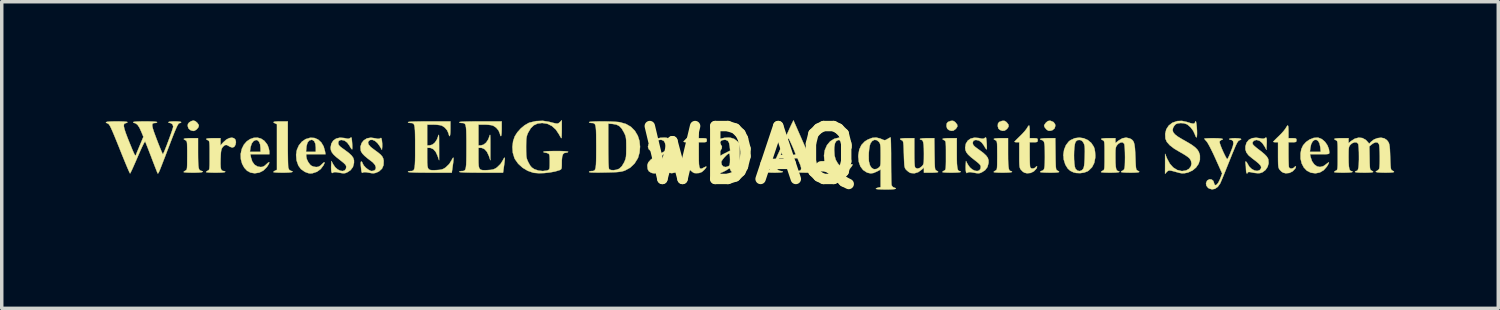
<source format=kicad_pcb>
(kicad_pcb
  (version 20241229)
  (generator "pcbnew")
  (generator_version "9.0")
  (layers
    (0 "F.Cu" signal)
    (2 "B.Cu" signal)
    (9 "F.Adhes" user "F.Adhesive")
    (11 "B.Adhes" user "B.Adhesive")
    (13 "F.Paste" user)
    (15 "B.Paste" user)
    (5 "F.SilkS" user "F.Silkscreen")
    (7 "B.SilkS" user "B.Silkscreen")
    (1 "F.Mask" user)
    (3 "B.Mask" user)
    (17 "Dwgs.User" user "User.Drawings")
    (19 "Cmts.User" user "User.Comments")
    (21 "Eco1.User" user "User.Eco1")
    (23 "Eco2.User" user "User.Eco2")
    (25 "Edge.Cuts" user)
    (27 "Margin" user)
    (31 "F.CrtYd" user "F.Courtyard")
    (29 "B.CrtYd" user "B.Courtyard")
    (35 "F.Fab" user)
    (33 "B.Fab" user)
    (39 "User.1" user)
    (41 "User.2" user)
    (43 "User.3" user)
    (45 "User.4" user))
  (footprint "WDAQ"
    (layer "F.Cu")
    (at 18.544 1.418)
    (property "Reference" "WDAQ" (at 0 0 0) (layer "F.SilkS") (effects (font (size 1.524 1.524) (thickness 0.3))))
    (attr through_hole)
    (fp_poly (pts (xy -15.963 -0.975) (xy -15.91 -0.93) (xy -15.872 -0.876) (xy -15.863 -0.843) (xy -15.883 -0.79) (xy -15.929 -0.737) (xy -15.986 -0.701) (xy -16.022 -0.694) (xy -16.072 -0.705) (xy -16.112 -0.721) (xy -16.163 -0.769) (xy -16.184 -0.839) (xy -16.177 -0.895) (xy -16.144 -0.938) (xy -16.086 -0.975) (xy -16.023 -0.993) (xy -16.016 -0.993) (xy -15.963 -0.975)) (stroke (width 0.01) (type solid)) (fill yes) (layer "F.SilkS"))
    (fp_poly (pts (xy 5.923 -0.959) (xy 5.944 -0.939) (xy 5.992 -0.877) (xy 5.998 -0.822) (xy 5.961 -0.764) (xy 5.947 -0.749) (xy 5.883 -0.703) (xy 5.817 -0.698) (xy 5.75 -0.722) (xy 5.705 -0.761) (xy 5.686 -0.826) (xy 5.685 -0.834) (xy 5.69 -0.906) (xy 5.725 -0.952) (xy 5.798 -0.98) (xy 5.814 -0.984) (xy 5.873 -0.986) (xy 5.923 -0.959)) (stroke (width 0.01) (type solid)) (fill yes) (layer "F.SilkS"))
    (fp_poly (pts (xy 7.4 -0.959) (xy 7.422 -0.939) (xy 7.47 -0.877) (xy 7.475 -0.822) (xy 7.438 -0.764) (xy 7.425 -0.749) (xy 7.361 -0.703) (xy 7.294 -0.698) (xy 7.227 -0.722) (xy 7.182 -0.761) (xy 7.164 -0.826) (xy 7.163 -0.834) (xy 7.168 -0.906) (xy 7.203 -0.952) (xy 7.275 -0.98) (xy 7.292 -0.984) (xy 7.351 -0.986) (xy 7.4 -0.959)) (stroke (width 0.01) (type solid)) (fill yes) (layer "F.SilkS"))
    (fp_poly (pts (xy 8.689 -0.984) (xy 8.769 -0.95) (xy 8.813 -0.89) (xy 8.821 -0.843) (xy 8.8 -0.769) (xy 8.742 -0.719) (xy 8.689 -0.702) (xy 8.629 -0.699) (xy 8.58 -0.725) (xy 8.557 -0.747) (xy 8.517 -0.796) (xy 8.498 -0.839) (xy 8.497 -0.843) (xy 8.513 -0.883) (xy 8.55 -0.932) (xy 8.557 -0.939) (xy 8.608 -0.979) (xy 8.661 -0.988) (xy 8.689 -0.984)) (stroke (width 0.01) (type solid)) (fill yes) (layer "F.SilkS"))
    (fp_poly (pts (xy -13.3 -0.338) (xy -13.3 -0.168) (xy -13.298 -0.009) (xy -13.296 0.13) (xy -13.293 0.244) (xy -13.29 0.325) (xy -13.286 0.367) (xy -13.286 0.367) (xy -13.259 0.428) (xy -13.217 0.453) (xy -13.167 0.47) (xy -13.162 0.484) (xy -13.199 0.496) (xy -13.276 0.504) (xy -13.39 0.508) (xy -13.439 0.508) (xy -13.546 0.507) (xy -13.634 0.503) (xy -13.693 0.497) (xy -13.716 0.491) (xy -13.716 0.49) (xy -13.697 0.469) (xy -13.664 0.45) (xy -13.612 0.427) (xy -13.612 -0.889) (xy -13.664 -0.912) (xy -13.706 -0.935) (xy -13.709 -0.952) (xy -13.67 -0.963) (xy -13.587 -0.969) (xy -13.508 -0.97) (xy -13.3 -0.97) (xy -13.3 -0.338)) (stroke (width 0.01) (type solid)) (fill yes) (layer "F.SilkS"))
    (fp_poly (pts (xy 5.981 -0.056) (xy 5.982 0.115) (xy 5.985 0.246) (xy 5.993 0.34) (xy 6.005 0.404) (xy 6.021 0.442) (xy 6.044 0.459) (xy 6.062 0.462) (xy 6.092 0.475) (xy 6.096 0.485) (xy 6.074 0.495) (xy 6.011 0.503) (xy 5.914 0.507) (xy 5.83 0.508) (xy 5.726 0.507) (xy 5.641 0.503) (xy 5.584 0.497) (xy 5.565 0.49) (xy 5.583 0.469) (xy 5.617 0.45) (xy 5.635 0.44) (xy 5.649 0.426) (xy 5.658 0.4) (xy 5.664 0.356) (xy 5.667 0.287) (xy 5.669 0.187) (xy 5.669 0.049) (xy 5.669 0.012) (xy 5.669 -0.136) (xy 5.668 -0.245) (xy 5.665 -0.32) (xy 5.66 -0.369) (xy 5.651 -0.398) (xy 5.639 -0.415) (xy 5.621 -0.425) (xy 5.617 -0.427) (xy 5.575 -0.45) (xy 5.572 -0.467) (xy 5.611 -0.478) (xy 5.694 -0.484) (xy 5.773 -0.485) (xy 5.981 -0.485) (xy 5.981 -0.056)) (stroke (width 0.01) (type solid)) (fill yes) (layer "F.SilkS"))
    (fp_poly (pts (xy 7.458 -0.056) (xy 7.459 0.115) (xy 7.463 0.246) (xy 7.471 0.34) (xy 7.482 0.404) (xy 7.499 0.442) (xy 7.522 0.459) (xy 7.54 0.462) (xy 7.57 0.475) (xy 7.574 0.485) (xy 7.552 0.495) (xy 7.489 0.503) (xy 7.391 0.507) (xy 7.308 0.508) (xy 7.204 0.507) (xy 7.119 0.503) (xy 7.062 0.497) (xy 7.043 0.49) (xy 7.061 0.469) (xy 7.095 0.45) (xy 7.113 0.44) (xy 7.127 0.426) (xy 7.136 0.4) (xy 7.142 0.356) (xy 7.145 0.287) (xy 7.146 0.187) (xy 7.147 0.049) (xy 7.147 0.012) (xy 7.146 -0.136) (xy 7.145 -0.245) (xy 7.143 -0.32) (xy 7.137 -0.369) (xy 7.129 -0.398) (xy 7.117 -0.415) (xy 7.099 -0.425) (xy 7.095 -0.427) (xy 7.052 -0.45) (xy 7.05 -0.467) (xy 7.089 -0.478) (xy 7.172 -0.484) (xy 7.251 -0.485) (xy 7.458 -0.485) (xy 7.458 -0.056)) (stroke (width 0.01) (type solid)) (fill yes) (layer "F.SilkS"))
    (fp_poly (pts (xy 8.826 -0.029) (xy 8.828 0.127) (xy 8.831 0.243) (xy 8.834 0.325) (xy 8.84 0.38) (xy 8.847 0.414) (xy 8.859 0.434) (xy 8.874 0.445) (xy 8.884 0.45) (xy 8.924 0.472) (xy 8.93 0.488) (xy 8.898 0.499) (xy 8.826 0.505) (xy 8.712 0.508) (xy 8.659 0.508) (xy 8.552 0.506) (xy 8.464 0.502) (xy 8.405 0.496) (xy 8.382 0.488) (xy 8.382 0.487) (xy 8.402 0.467) (xy 8.437 0.453) (xy 8.467 0.441) (xy 8.489 0.418) (xy 8.504 0.378) (xy 8.513 0.313) (xy 8.518 0.218) (xy 8.52 0.085) (xy 8.52 0.032) (xy 8.519 -0.124) (xy 8.516 -0.24) (xy 8.508 -0.322) (xy 8.495 -0.376) (xy 8.475 -0.409) (xy 8.449 -0.426) (xy 8.437 -0.43) (xy 8.388 -0.447) (xy 8.383 -0.462) (xy 8.418 -0.474) (xy 8.491 -0.482) (xy 8.599 -0.485) (xy 8.601 -0.485) (xy 8.82 -0.485) (xy 8.826 -0.029)) (stroke (width 0.01) (type solid)) (fill yes) (layer "F.SilkS"))
    (fp_poly (pts (xy -15.887 -0.095) (xy -15.886 0.076) (xy -15.883 0.206) (xy -15.878 0.302) (xy -15.869 0.369) (xy -15.855 0.412) (xy -15.836 0.438) (xy -15.811 0.451) (xy -15.803 0.453) (xy -15.754 0.47) (xy -15.749 0.484) (xy -15.785 0.496) (xy -15.862 0.504) (xy -15.976 0.508) (xy -16.025 0.508) (xy -16.132 0.507) (xy -16.22 0.503) (xy -16.28 0.497) (xy -16.302 0.491) (xy -16.302 0.49) (xy -16.284 0.469) (xy -16.25 0.45) (xy -16.232 0.44) (xy -16.218 0.426) (xy -16.209 0.4) (xy -16.203 0.356) (xy -16.2 0.287) (xy -16.199 0.187) (xy -16.198 0.049) (xy -16.198 0.012) (xy -16.198 -0.136) (xy -16.2 -0.245) (xy -16.202 -0.32) (xy -16.207 -0.369) (xy -16.216 -0.398) (xy -16.228 -0.415) (xy -16.246 -0.425) (xy -16.25 -0.427) (xy -16.293 -0.45) (xy -16.295 -0.467) (xy -16.256 -0.478) (xy -16.173 -0.484) (xy -16.094 -0.485) (xy -15.887 -0.485) (xy -15.887 -0.095)) (stroke (width 0.01) (type solid)) (fill yes) (layer "F.SilkS"))
    (fp_poly (pts (xy 2.699 -0.496) (xy 2.792 -0.467) (xy 2.869 -0.415) (xy 2.925 -0.349) (xy 2.953 -0.277) (xy 2.949 -0.207) (xy 2.913 -0.154) (xy 2.865 -0.124) (xy 2.832 -0.115) (xy 2.778 -0.135) (xy 2.726 -0.184) (xy 2.689 -0.247) (xy 2.679 -0.295) (xy 2.665 -0.374) (xy 2.626 -0.422) (xy 2.57 -0.433) (xy 2.559 -0.431) (xy 2.504 -0.399) (xy 2.469 -0.334) (xy 2.451 -0.231) (xy 2.448 -0.146) (xy 2.458 0.014) (xy 2.493 0.14) (xy 2.553 0.242) (xy 2.576 0.269) (xy 2.634 0.321) (xy 2.691 0.343) (xy 2.742 0.346) (xy 2.842 0.328) (xy 2.896 0.298) (xy 2.946 0.265) (xy 2.971 0.264) (xy 2.973 0.287) (xy 2.952 0.326) (xy 2.912 0.377) (xy 2.863 0.424) (xy 2.744 0.497) (xy 2.614 0.526) (xy 2.481 0.511) (xy 2.401 0.479) (xy 2.293 0.4) (xy 2.215 0.291) (xy 2.167 0.159) (xy 2.154 0.013) (xy 2.178 -0.141) (xy 2.18 -0.146) (xy 2.241 -0.286) (xy 2.332 -0.394) (xy 2.446 -0.466) (xy 2.579 -0.5) (xy 2.699 -0.496)) (stroke (width 0.01) (type solid)) (fill yes) (layer "F.SilkS"))
    (fp_poly (pts (xy -14.071 -0.473) (xy -13.977 -0.411) (xy -13.898 -0.312) (xy -13.875 -0.267) (xy -13.848 -0.189) (xy -13.833 -0.114) (xy -13.832 -0.098) (xy -13.831 -0.023) (xy -14.379 -0.023) (xy -14.363 0.064) (xy -14.324 0.188) (xy -14.258 0.279) (xy -14.17 0.332) (xy -14.083 0.346) (xy -14.019 0.339) (xy -13.965 0.309) (xy -13.913 0.262) (xy -13.863 0.217) (xy -13.836 0.207) (xy -13.835 0.229) (xy -13.859 0.279) (xy -13.902 0.345) (xy -14.001 0.445) (xy -14.12 0.506) (xy -14.252 0.526) (xy -14.372 0.507) (xy -14.471 0.455) (xy -14.554 0.366) (xy -14.616 0.251) (xy -14.652 0.119) (xy -14.657 -0.022) (xy -14.656 -0.036) (xy -14.643 -0.092) (xy -14.392 -0.092) (xy -14.085 -0.092) (xy -14.085 -0.197) (xy -14.096 -0.303) (xy -14.127 -0.382) (xy -14.173 -0.427) (xy -14.217 -0.434) (xy -14.285 -0.404) (xy -14.338 -0.335) (xy -14.372 -0.233) (xy -14.377 -0.202) (xy -14.392 -0.092) (xy -14.643 -0.092) (xy -14.624 -0.179) (xy -14.565 -0.298) (xy -14.484 -0.392) (xy -14.388 -0.458) (xy -14.283 -0.495) (xy -14.175 -0.501) (xy -14.071 -0.473)) (stroke (width 0.01) (type solid)) (fill yes) (layer "F.SilkS"))
    (fp_poly (pts (xy -12.533 -0.492) (xy -12.426 -0.446) (xy -12.335 -0.363) (xy -12.267 -0.248) (xy -12.228 -0.11) (xy -12.213 -0.023) (xy -12.769 -0.023) (xy -12.769 0.036) (xy -12.753 0.115) (xy -12.712 0.202) (xy -12.657 0.277) (xy -12.621 0.308) (xy -12.557 0.335) (xy -12.482 0.346) (xy -12.478 0.346) (xy -12.414 0.338) (xy -12.359 0.305) (xy -12.316 0.264) (xy -12.266 0.217) (xy -12.242 0.208) (xy -12.244 0.237) (xy -12.271 0.296) (xy -12.352 0.404) (xy -12.461 0.483) (xy -12.588 0.525) (xy -12.655 0.531) (xy -12.71 0.521) (xy -12.783 0.495) (xy -12.816 0.479) (xy -12.921 0.405) (xy -12.995 0.303) (xy -13.043 0.166) (xy -13.047 0.148) (xy -13.06 -0.007) (xy -13.046 -0.092) (xy -12.775 -0.092) (xy -12.492 -0.092) (xy -12.492 -0.214) (xy -12.504 -0.323) (xy -12.537 -0.398) (xy -12.59 -0.435) (xy -12.617 -0.439) (xy -12.684 -0.418) (xy -12.732 -0.356) (xy -12.76 -0.257) (xy -12.764 -0.219) (xy -12.775 -0.092) (xy -13.046 -0.092) (xy -13.036 -0.152) (xy -12.979 -0.28) (xy -12.893 -0.385) (xy -12.783 -0.46) (xy -12.653 -0.498) (xy -12.533 -0.492)) (stroke (width 0.01) (type solid)) (fill yes) (layer "F.SilkS"))
    (fp_poly (pts (xy -1.464 -0.833) (xy -1.458 -0.777) (xy -1.455 -0.696) (xy -1.455 -0.67) (xy -1.455 -0.485) (xy -1.339 -0.485) (xy -1.271 -0.483) (xy -1.237 -0.473) (xy -1.225 -0.45) (xy -1.224 -0.427) (xy -1.228 -0.393) (xy -1.247 -0.376) (xy -1.293 -0.37) (xy -1.339 -0.369) (xy -1.455 -0.369) (xy -1.455 0.001) (xy -1.454 0.153) (xy -1.45 0.264) (xy -1.44 0.338) (xy -1.424 0.38) (xy -1.399 0.396) (xy -1.363 0.389) (xy -1.314 0.364) (xy -1.309 0.361) (xy -1.254 0.334) (xy -1.233 0.337) (xy -1.248 0.368) (xy -1.297 0.427) (xy -1.364 0.487) (xy -1.433 0.515) (xy -1.466 0.52) (xy -1.534 0.523) (xy -1.586 0.518) (xy -1.593 0.516) (xy -1.633 0.492) (xy -1.684 0.45) (xy -1.691 0.443) (xy -1.755 0.384) (xy -1.755 -0.369) (xy -1.824 -0.369) (xy -1.873 -0.374) (xy -1.893 -0.384) (xy -1.893 -0.385) (xy -1.878 -0.406) (xy -1.835 -0.45) (xy -1.775 -0.507) (xy -1.757 -0.523) (xy -1.68 -0.599) (xy -1.608 -0.679) (xy -1.556 -0.748) (xy -1.555 -0.75) (xy -1.515 -0.809) (xy -1.484 -0.846) (xy -1.472 -0.854) (xy -1.464 -0.833)) (stroke (width 0.01) (type solid)) (fill yes) (layer "F.SilkS"))
    (fp_poly (pts (xy 16.404 -0.498) (xy 16.503 -0.458) (xy 16.592 -0.382) (xy 16.662 -0.282) (xy 16.706 -0.168) (xy 16.718 -0.077) (xy 16.716 -0.054) (xy 16.707 -0.039) (xy 16.681 -0.03) (xy 16.633 -0.025) (xy 16.553 -0.023) (xy 16.439 -0.023) (xy 16.16 -0.023) (xy 16.176 0.052) (xy 16.218 0.177) (xy 16.282 0.269) (xy 16.36 0.326) (xy 16.448 0.345) (xy 16.541 0.323) (xy 16.614 0.274) (xy 16.664 0.234) (xy 16.699 0.213) (xy 16.707 0.212) (xy 16.701 0.236) (xy 16.676 0.285) (xy 16.648 0.332) (xy 16.557 0.436) (xy 16.445 0.502) (xy 16.319 0.527) (xy 16.185 0.509) (xy 16.185 0.509) (xy 16.072 0.452) (xy 15.984 0.361) (xy 15.922 0.243) (xy 15.889 0.104) (xy 15.889 -0.049) (xy 15.897 -0.092) (xy 16.157 -0.092) (xy 16.47 -0.092) (xy 16.459 -0.219) (xy 16.437 -0.33) (xy 16.397 -0.403) (xy 16.345 -0.438) (xy 16.29 -0.435) (xy 16.238 -0.394) (xy 16.195 -0.316) (xy 16.171 -0.207) (xy 16.157 -0.092) (xy 15.897 -0.092) (xy 15.912 -0.173) (xy 15.963 -0.281) (xy 16.047 -0.375) (xy 16.151 -0.448) (xy 16.266 -0.493) (xy 16.381 -0.502) (xy 16.404 -0.498)) (stroke (width 0.01) (type solid)) (fill yes) (layer "F.SilkS"))
    (fp_poly (pts (xy 8.072 -0.833) (xy 8.079 -0.777) (xy 8.082 -0.696) (xy 8.082 -0.67) (xy 8.082 -0.485) (xy 8.197 -0.485) (xy 8.266 -0.483) (xy 8.3 -0.473) (xy 8.312 -0.45) (xy 8.313 -0.427) (xy 8.309 -0.393) (xy 8.29 -0.376) (xy 8.244 -0.37) (xy 8.197 -0.369) (xy 8.082 -0.369) (xy 8.082 -0.025) (xy 8.083 0.099) (xy 8.085 0.208) (xy 8.089 0.294) (xy 8.094 0.346) (xy 8.096 0.356) (xy 8.128 0.385) (xy 8.179 0.39) (xy 8.23 0.371) (xy 8.243 0.358) (xy 8.28 0.325) (xy 8.296 0.33) (xy 8.287 0.368) (xy 8.275 0.392) (xy 8.204 0.469) (xy 8.11 0.516) (xy 8.005 0.526) (xy 7.929 0.508) (xy 7.881 0.477) (xy 7.832 0.427) (xy 7.831 0.426) (xy 7.812 0.399) (xy 7.799 0.368) (xy 7.79 0.325) (xy 7.785 0.263) (xy 7.782 0.172) (xy 7.782 0.046) (xy 7.782 -0.003) (xy 7.782 -0.369) (xy 7.712 -0.369) (xy 7.664 -0.373) (xy 7.643 -0.381) (xy 7.643 -0.381) (xy 7.659 -0.401) (xy 7.701 -0.445) (xy 7.762 -0.505) (xy 7.8 -0.542) (xy 7.876 -0.618) (xy 7.943 -0.693) (xy 7.991 -0.754) (xy 8.002 -0.772) (xy 8.034 -0.824) (xy 8.059 -0.852) (xy 8.064 -0.854) (xy 8.072 -0.833)) (stroke (width 0.01) (type solid)) (fill yes) (layer "F.SilkS"))
    (fp_poly (pts (xy 15.531 -0.833) (xy 15.537 -0.777) (xy 15.54 -0.696) (xy 15.54 -0.67) (xy 15.54 -0.485) (xy 15.656 -0.485) (xy 15.724 -0.483) (xy 15.758 -0.473) (xy 15.77 -0.45) (xy 15.771 -0.427) (xy 15.767 -0.393) (xy 15.748 -0.376) (xy 15.702 -0.37) (xy 15.656 -0.369) (xy 15.54 -0.369) (xy 15.54 -0.025) (xy 15.541 0.099) (xy 15.544 0.208) (xy 15.547 0.294) (xy 15.552 0.346) (xy 15.554 0.356) (xy 15.586 0.385) (xy 15.638 0.39) (xy 15.688 0.371) (xy 15.702 0.358) (xy 15.738 0.325) (xy 15.755 0.33) (xy 15.746 0.368) (xy 15.733 0.392) (xy 15.662 0.469) (xy 15.568 0.516) (xy 15.463 0.526) (xy 15.388 0.508) (xy 15.339 0.477) (xy 15.29 0.427) (xy 15.289 0.426) (xy 15.271 0.399) (xy 15.257 0.368) (xy 15.249 0.325) (xy 15.243 0.263) (xy 15.241 0.172) (xy 15.24 0.046) (xy 15.24 -0.003) (xy 15.24 -0.369) (xy 15.171 -0.369) (xy 15.122 -0.373) (xy 15.101 -0.381) (xy 15.101 -0.381) (xy 15.117 -0.401) (xy 15.159 -0.445) (xy 15.22 -0.505) (xy 15.259 -0.542) (xy 15.335 -0.618) (xy 15.402 -0.693) (xy 15.449 -0.754) (xy 15.46 -0.772) (xy 15.492 -0.824) (xy 15.517 -0.852) (xy 15.522 -0.854) (xy 15.531 -0.833)) (stroke (width 0.01) (type solid)) (fill yes) (layer "F.SilkS"))
    (fp_poly (pts (xy 9.641 -0.483) (xy 9.759 -0.43) (xy 9.858 -0.347) (xy 9.93 -0.237) (xy 9.951 -0.178) (xy 9.966 -0.091) (xy 9.973 0.014) (xy 9.971 0.079) (xy 9.942 0.228) (xy 9.878 0.353) (xy 9.781 0.448) (xy 9.751 0.468) (xy 9.654 0.505) (xy 9.536 0.522) (xy 9.418 0.517) (xy 9.345 0.499) (xy 9.251 0.454) (xy 9.181 0.391) (xy 9.123 0.299) (xy 9.106 0.266) (xy 9.063 0.128) (xy 9.055 0.007) (xy 9.359 0.007) (xy 9.361 0.132) (xy 9.37 0.247) (xy 9.383 0.339) (xy 9.403 0.397) (xy 9.404 0.399) (xy 9.46 0.451) (xy 9.527 0.463) (xy 9.59 0.436) (xy 9.621 0.402) (xy 9.639 0.364) (xy 9.651 0.308) (xy 9.66 0.226) (xy 9.667 0.109) (xy 9.669 0.038) (xy 9.672 -0.091) (xy 9.671 -0.185) (xy 9.666 -0.251) (xy 9.656 -0.299) (xy 9.639 -0.34) (xy 9.636 -0.346) (xy 9.596 -0.405) (xy 9.547 -0.43) (xy 9.521 -0.434) (xy 9.461 -0.43) (xy 9.419 -0.397) (xy 9.405 -0.378) (xy 9.385 -0.322) (xy 9.371 -0.232) (xy 9.362 -0.118) (xy 9.359 0.007) (xy 9.055 0.007) (xy 9.053 -0.016) (xy 9.075 -0.157) (xy 9.127 -0.284) (xy 9.206 -0.387) (xy 9.257 -0.428) (xy 9.381 -0.485) (xy 9.512 -0.502) (xy 9.641 -0.483)) (stroke (width 0.01) (type solid)) (fill yes) (layer "F.SilkS"))
    (fp_poly (pts (xy -14.85 -0.484) (xy -14.808 -0.441) (xy -14.794 -0.372) (xy -14.808 -0.295) (xy -14.845 -0.235) (xy -14.9 -0.216) (xy -14.969 -0.239) (xy -14.99 -0.253) (xy -15.058 -0.29) (xy -15.113 -0.286) (xy -15.167 -0.24) (xy -15.18 -0.223) (xy -15.201 -0.189) (xy -15.216 -0.146) (xy -15.226 -0.086) (xy -15.232 0.001) (xy -15.237 0.118) (xy -15.239 0.253) (xy -15.235 0.348) (xy -15.223 0.41) (xy -15.201 0.445) (xy -15.168 0.46) (xy -15.145 0.462) (xy -15.109 0.472) (xy -15.101 0.485) (xy -15.124 0.495) (xy -15.187 0.503) (xy -15.285 0.507) (xy -15.379 0.508) (xy -15.486 0.507) (xy -15.573 0.503) (xy -15.633 0.497) (xy -15.656 0.491) (xy -15.656 0.49) (xy -15.637 0.469) (xy -15.604 0.45) (xy -15.585 0.44) (xy -15.572 0.426) (xy -15.562 0.4) (xy -15.557 0.356) (xy -15.553 0.287) (xy -15.552 0.187) (xy -15.552 0.049) (xy -15.552 0.012) (xy -15.552 -0.136) (xy -15.553 -0.245) (xy -15.556 -0.32) (xy -15.561 -0.369) (xy -15.569 -0.398) (xy -15.582 -0.415) (xy -15.599 -0.425) (xy -15.604 -0.427) (xy -15.646 -0.45) (xy -15.648 -0.467) (xy -15.609 -0.478) (xy -15.527 -0.484) (xy -15.448 -0.485) (xy -15.24 -0.485) (xy -15.24 -0.277) (xy -15.157 -0.369) (xy -15.072 -0.444) (xy -14.989 -0.487) (xy -14.912 -0.5) (xy -14.85 -0.484)) (stroke (width 0.01) (type solid)) (fill yes) (layer "F.SilkS"))
    (fp_poly (pts (xy 14.905 -0.497) (xy 14.913 -0.459) (xy 14.914 -0.384) (xy 14.912 -0.32) (xy 14.905 -0.15) (xy 14.854 -0.246) (xy 14.784 -0.348) (xy 14.706 -0.412) (xy 14.624 -0.435) (xy 14.609 -0.434) (xy 14.543 -0.413) (xy 14.507 -0.371) (xy 14.508 -0.319) (xy 14.515 -0.306) (xy 14.547 -0.27) (xy 14.603 -0.221) (xy 14.642 -0.19) (xy 14.764 -0.097) (xy 14.853 -0.021) (xy 14.912 0.04) (xy 14.947 0.094) (xy 14.96 0.128) (xy 14.968 0.236) (xy 14.939 0.34) (xy 14.878 0.431) (xy 14.793 0.496) (xy 14.721 0.521) (xy 14.655 0.524) (xy 14.568 0.516) (xy 14.511 0.506) (xy 14.431 0.49) (xy 14.387 0.489) (xy 14.369 0.501) (xy 14.368 0.503) (xy 14.35 0.533) (xy 14.333 0.523) (xy 14.321 0.479) (xy 14.316 0.41) (xy 14.313 0.329) (xy 14.306 0.261) (xy 14.302 0.237) (xy 14.298 0.195) (xy 14.314 0.187) (xy 14.339 0.211) (xy 14.363 0.254) (xy 14.413 0.338) (xy 14.483 0.404) (xy 14.561 0.445) (xy 14.637 0.459) (xy 14.703 0.439) (xy 14.719 0.426) (xy 14.748 0.386) (xy 14.754 0.346) (xy 14.733 0.3) (xy 14.682 0.244) (xy 14.597 0.173) (xy 14.496 0.096) (xy 14.392 0.01) (xy 14.329 -0.072) (xy 14.3 -0.159) (xy 14.3 -0.248) (xy 14.332 -0.357) (xy 14.397 -0.437) (xy 14.49 -0.485) (xy 14.608 -0.499) (xy 14.702 -0.486) (xy 14.781 -0.471) (xy 14.83 -0.472) (xy 14.861 -0.486) (xy 14.888 -0.504) (xy 14.905 -0.497)) (stroke (width 0.01) (type solid)) (fill yes) (layer "F.SilkS"))
    (fp_poly (pts (xy -10.784 -0.483) (xy -10.71 -0.467) (xy -10.664 -0.468) (xy -10.636 -0.482) (xy -10.614 -0.494) (xy -10.6 -0.476) (xy -10.588 -0.421) (xy -10.587 -0.411) (xy -10.579 -0.326) (xy -10.579 -0.244) (xy -10.58 -0.23) (xy -10.587 -0.15) (xy -10.65 -0.256) (xy -10.717 -0.347) (xy -10.79 -0.409) (xy -10.863 -0.439) (xy -10.928 -0.434) (xy -10.968 -0.404) (xy -10.988 -0.355) (xy -10.969 -0.299) (xy -10.911 -0.233) (xy -10.81 -0.154) (xy -10.809 -0.154) (xy -10.701 -0.075) (xy -10.626 -0.013) (xy -10.578 0.042) (xy -10.551 0.096) (xy -10.537 0.158) (xy -10.536 0.168) (xy -10.541 0.292) (xy -10.585 0.393) (xy -10.668 0.469) (xy -10.712 0.491) (xy -10.774 0.516) (xy -10.827 0.526) (xy -10.888 0.522) (xy -10.962 0.509) (xy -11.053 0.494) (xy -11.109 0.494) (xy -11.138 0.506) (xy -11.158 0.513) (xy -11.171 0.49) (xy -11.182 0.429) (xy -11.184 0.41) (xy -11.195 0.3) (xy -11.198 0.229) (xy -11.191 0.193) (xy -11.179 0.185) (xy -11.158 0.204) (xy -11.144 0.239) (xy -11.112 0.3) (xy -11.054 0.363) (xy -10.983 0.419) (xy -10.914 0.455) (xy -10.879 0.462) (xy -10.807 0.447) (xy -10.768 0.407) (xy -10.761 0.349) (xy -10.788 0.283) (xy -10.847 0.214) (xy -10.876 0.191) (xy -11 0.097) (xy -11.089 0.021) (xy -11.149 -0.042) (xy -11.185 -0.097) (xy -11.196 -0.128) (xy -11.205 -0.24) (xy -11.171 -0.346) (xy -11.113 -0.42) (xy -11.019 -0.48) (xy -10.907 -0.5) (xy -10.784 -0.483)) (stroke (width 0.01) (type solid)) (fill yes) (layer "F.SilkS"))
    (fp_poly (pts (xy 4.757 -0.074) (xy 4.758 0.094) (xy 4.762 0.22) (xy 4.768 0.305) (xy 4.778 0.353) (xy 4.784 0.365) (xy 4.84 0.391) (xy 4.906 0.377) (xy 4.972 0.328) (xy 4.997 0.3) (xy 5.014 0.272) (xy 5.025 0.235) (xy 5.031 0.181) (xy 5.033 0.1) (xy 5.034 -0.017) (xy 5.034 -0.043) (xy 5.032 -0.194) (xy 5.025 -0.303) (xy 5.012 -0.377) (xy 4.992 -0.42) (xy 4.963 -0.438) (xy 4.952 -0.439) (xy 4.922 -0.451) (xy 4.918 -0.462) (xy 4.94 -0.473) (xy 5 -0.481) (xy 5.092 -0.485) (xy 5.126 -0.485) (xy 5.333 -0.485) (xy 5.339 -0.029) (xy 5.342 0.127) (xy 5.344 0.243) (xy 5.348 0.325) (xy 5.353 0.38) (xy 5.361 0.414) (xy 5.372 0.434) (xy 5.387 0.445) (xy 5.397 0.45) (xy 5.44 0.474) (xy 5.442 0.491) (xy 5.403 0.501) (xy 5.321 0.507) (xy 5.242 0.508) (xy 5.034 0.508) (xy 5.034 0.361) (xy 4.97 0.421) (xy 4.868 0.494) (xy 4.76 0.527) (xy 4.654 0.518) (xy 4.63 0.509) (xy 4.583 0.479) (xy 4.53 0.432) (xy 4.526 0.428) (xy 4.504 0.403) (xy 4.489 0.376) (xy 4.478 0.34) (xy 4.47 0.286) (xy 4.465 0.208) (xy 4.46 0.097) (xy 4.457 -0.019) (xy 4.452 -0.161) (xy 4.448 -0.263) (xy 4.442 -0.333) (xy 4.435 -0.378) (xy 4.424 -0.404) (xy 4.409 -0.419) (xy 4.393 -0.427) (xy 4.351 -0.45) (xy 4.348 -0.467) (xy 4.388 -0.478) (xy 4.47 -0.484) (xy 4.549 -0.485) (xy 4.757 -0.485) (xy 4.757 -0.074)) (stroke (width 0.01) (type solid)) (fill yes) (layer "F.SilkS"))
    (fp_poly (pts (xy -11.467 -0.506) (xy -11.459 -0.477) (xy -11.452 -0.419) (xy -11.446 -0.345) (xy -11.442 -0.27) (xy -11.441 -0.206) (xy -11.444 -0.167) (xy -11.447 -0.162) (xy -11.467 -0.18) (xy -11.499 -0.228) (xy -11.521 -0.268) (xy -11.587 -0.359) (xy -11.667 -0.417) (xy -11.752 -0.435) (xy -11.785 -0.43) (xy -11.83 -0.408) (xy -11.845 -0.364) (xy -11.846 -0.346) (xy -11.841 -0.311) (xy -11.822 -0.278) (xy -11.783 -0.239) (xy -11.716 -0.188) (xy -11.658 -0.147) (xy -11.542 -0.06) (xy -11.462 0.014) (xy -11.414 0.081) (xy -11.392 0.151) (xy -11.392 0.228) (xy -11.423 0.345) (xy -11.491 0.436) (xy -11.579 0.494) (xy -11.633 0.518) (xy -11.681 0.527) (xy -11.74 0.522) (xy -11.815 0.509) (xy -11.903 0.494) (xy -11.957 0.493) (xy -11.991 0.504) (xy -11.995 0.507) (xy -12.022 0.52) (xy -12.038 0.495) (xy -12.042 0.48) (xy -12.049 0.425) (xy -12.051 0.347) (xy -12.049 0.299) (xy -12.042 0.173) (xy -11.989 0.272) (xy -11.931 0.355) (xy -11.861 0.416) (xy -11.788 0.452) (xy -11.719 0.462) (xy -11.662 0.446) (xy -11.625 0.4) (xy -11.615 0.343) (xy -11.621 0.308) (xy -11.646 0.27) (xy -11.695 0.223) (xy -11.774 0.16) (xy -11.792 0.146) (xy -11.904 0.057) (xy -11.982 -0.016) (xy -12.031 -0.08) (xy -12.057 -0.142) (xy -12.065 -0.21) (xy -12.065 -0.215) (xy -12.045 -0.327) (xy -11.99 -0.415) (xy -11.906 -0.474) (xy -11.798 -0.5) (xy -11.673 -0.49) (xy -11.659 -0.487) (xy -11.584 -0.471) (xy -11.538 -0.471) (xy -11.51 -0.486) (xy -11.478 -0.506) (xy -11.467 -0.506)) (stroke (width 0.01) (type solid)) (fill yes) (layer "F.SilkS"))
    (fp_poly (pts (xy 6.821 -0.506) (xy 6.829 -0.477) (xy 6.836 -0.419) (xy 6.842 -0.345) (xy 6.846 -0.27) (xy 6.847 -0.206) (xy 6.844 -0.167) (xy 6.841 -0.162) (xy 6.821 -0.18) (xy 6.789 -0.228) (xy 6.767 -0.268) (xy 6.701 -0.359) (xy 6.621 -0.417) (xy 6.536 -0.435) (xy 6.503 -0.43) (xy 6.458 -0.408) (xy 6.443 -0.364) (xy 6.442 -0.346) (xy 6.447 -0.311) (xy 6.466 -0.278) (xy 6.505 -0.239) (xy 6.572 -0.188) (xy 6.63 -0.147) (xy 6.746 -0.06) (xy 6.826 0.014) (xy 6.874 0.081) (xy 6.896 0.151) (xy 6.896 0.228) (xy 6.865 0.345) (xy 6.797 0.436) (xy 6.709 0.494) (xy 6.655 0.518) (xy 6.607 0.527) (xy 6.548 0.522) (xy 6.473 0.509) (xy 6.385 0.494) (xy 6.331 0.493) (xy 6.297 0.504) (xy 6.293 0.507) (xy 6.266 0.52) (xy 6.25 0.495) (xy 6.246 0.48) (xy 6.239 0.425) (xy 6.237 0.347) (xy 6.239 0.299) (xy 6.246 0.173) (xy 6.299 0.272) (xy 6.357 0.355) (xy 6.427 0.416) (xy 6.5 0.452) (xy 6.569 0.462) (xy 6.626 0.446) (xy 6.663 0.4) (xy 6.673 0.343) (xy 6.667 0.308) (xy 6.642 0.27) (xy 6.593 0.223) (xy 6.514 0.16) (xy 6.496 0.146) (xy 6.384 0.057) (xy 6.306 -0.016) (xy 6.257 -0.08) (xy 6.231 -0.142) (xy 6.223 -0.21) (xy 6.223 -0.215) (xy 6.243 -0.327) (xy 6.298 -0.415) (xy 6.382 -0.474) (xy 6.49 -0.5) (xy 6.615 -0.49) (xy 6.629 -0.487) (xy 6.704 -0.471) (xy 6.75 -0.471) (xy 6.778 -0.486) (xy 6.81 -0.506) (xy 6.821 -0.506)) (stroke (width 0.01) (type solid)) (fill yes) (layer "F.SilkS"))
    (fp_poly (pts (xy -2.383 -0.497) (xy -2.281 -0.465) (xy -2.201 -0.404) (xy -2.124 -0.328) (xy -2.124 0.003) (xy -2.123 0.124) (xy -2.119 0.23) (xy -2.113 0.311) (xy -2.106 0.359) (xy -2.104 0.366) (xy -2.066 0.386) (xy -2.03 0.38) (xy -1.993 0.371) (xy -1.991 0.383) (xy -2.012 0.418) (xy -2.057 0.461) (xy -2.123 0.499) (xy -2.141 0.506) (xy -2.234 0.523) (xy -2.314 0.509) (xy -2.372 0.466) (xy -2.393 0.423) (xy -2.406 0.385) (xy -2.428 0.385) (xy -2.456 0.404) (xy -2.527 0.449) (xy -2.609 0.489) (xy -2.684 0.519) (xy -2.736 0.529) (xy -2.797 0.519) (xy -2.829 0.509) (xy -2.892 0.469) (xy -2.926 0.408) (xy -2.936 0.315) (xy -2.935 0.284) (xy -2.91 0.215) (xy -2.903 0.206) (xy -2.655 0.206) (xy -2.638 0.286) (xy -2.591 0.334) (xy -2.523 0.347) (xy -2.446 0.322) (xy -2.423 0.303) (xy -2.409 0.27) (xy -2.403 0.211) (xy -2.401 0.126) (xy -2.405 0.026) (xy -2.415 -0.032) (xy -2.428 -0.046) (xy -2.464 -0.029) (xy -2.515 0.015) (xy -2.57 0.073) (xy -2.619 0.134) (xy -2.65 0.185) (xy -2.655 0.206) (xy -2.903 0.206) (xy -2.845 0.139) (xy -2.744 0.059) (xy -2.611 -0.019) (xy -2.595 -0.027) (xy -2.397 -0.127) (xy -2.41 -0.253) (xy -2.429 -0.351) (xy -2.465 -0.41) (xy -2.524 -0.436) (xy -2.557 -0.439) (xy -2.633 -0.427) (xy -2.682 -0.396) (xy -2.698 -0.354) (xy -2.676 -0.309) (xy -2.667 -0.3) (xy -2.635 -0.248) (xy -2.64 -0.187) (xy -2.679 -0.133) (xy -2.69 -0.125) (xy -2.766 -0.099) (xy -2.84 -0.116) (xy -2.898 -0.17) (xy -2.92 -0.238) (xy -2.902 -0.306) (xy -2.851 -0.37) (xy -2.773 -0.426) (xy -2.675 -0.469) (xy -2.564 -0.496) (xy -2.445 -0.502) (xy -2.383 -0.497)) (stroke (width 0.01) (type solid)) (fill yes) (layer "F.SilkS"))
    (fp_poly (pts (xy -0.536 -0.497) (xy -0.434 -0.465) (xy -0.354 -0.404) (xy -0.277 -0.328) (xy -0.277 0.003) (xy -0.275 0.124) (xy -0.272 0.23) (xy -0.266 0.311) (xy -0.259 0.359) (xy -0.257 0.366) (xy -0.218 0.386) (xy -0.183 0.38) (xy -0.146 0.371) (xy -0.143 0.383) (xy -0.165 0.418) (xy -0.21 0.461) (xy -0.276 0.499) (xy -0.294 0.506) (xy -0.386 0.523) (xy -0.467 0.509) (xy -0.525 0.466) (xy -0.546 0.423) (xy -0.559 0.385) (xy -0.581 0.385) (xy -0.609 0.404) (xy -0.68 0.449) (xy -0.761 0.489) (xy -0.837 0.519) (xy -0.889 0.529) (xy -0.95 0.519) (xy -0.982 0.509) (xy -1.045 0.469) (xy -1.079 0.408) (xy -1.089 0.315) (xy -1.088 0.284) (xy -1.063 0.215) (xy -1.056 0.206) (xy -0.808 0.206) (xy -0.791 0.286) (xy -0.744 0.334) (xy -0.675 0.347) (xy -0.599 0.322) (xy -0.575 0.303) (xy -0.562 0.27) (xy -0.556 0.211) (xy -0.554 0.126) (xy -0.558 0.026) (xy -0.568 -0.032) (xy -0.58 -0.046) (xy -0.617 -0.029) (xy -0.668 0.015) (xy -0.723 0.073) (xy -0.772 0.134) (xy -0.803 0.185) (xy -0.808 0.206) (xy -1.056 0.206) (xy -0.998 0.139) (xy -0.897 0.059) (xy -0.764 -0.019) (xy -0.747 -0.027) (xy -0.55 -0.127) (xy -0.563 -0.253) (xy -0.582 -0.351) (xy -0.618 -0.41) (xy -0.676 -0.436) (xy -0.71 -0.439) (xy -0.785 -0.427) (xy -0.834 -0.396) (xy -0.851 -0.354) (xy -0.829 -0.309) (xy -0.82 -0.3) (xy -0.788 -0.248) (xy -0.793 -0.187) (xy -0.832 -0.133) (xy -0.843 -0.125) (xy -0.919 -0.099) (xy -0.992 -0.116) (xy -1.051 -0.17) (xy -1.073 -0.238) (xy -1.055 -0.306) (xy -1.004 -0.37) (xy -0.926 -0.426) (xy -0.828 -0.469) (xy -0.716 -0.496) (xy -0.597 -0.502) (xy -0.536 -0.497)) (stroke (width 0.01) (type solid)) (fill yes) (layer "F.SilkS"))
    (fp_poly (pts (xy 14.099 -0.481) (xy 14.158 -0.471) (xy 14.179 -0.456) (xy 14.158 -0.437) (xy 14.129 -0.426) (xy 14.111 -0.418) (xy 14.092 -0.4) (xy 14.07 -0.369) (xy 14.044 -0.321) (xy 14.011 -0.251) (xy 13.97 -0.154) (xy 13.917 -0.027) (xy 13.852 0.135) (xy 13.785 0.302) (xy 13.729 0.442) (xy 13.677 0.571) (xy 13.631 0.682) (xy 13.595 0.767) (xy 13.572 0.819) (xy 13.569 0.825) (xy 13.503 0.917) (xy 13.423 0.973) (xy 13.337 0.989) (xy 13.252 0.964) (xy 13.223 0.945) (xy 13.174 0.882) (xy 13.164 0.811) (xy 13.193 0.743) (xy 13.209 0.727) (xy 13.267 0.699) (xy 13.327 0.707) (xy 13.373 0.744) (xy 13.389 0.786) (xy 13.407 0.848) (xy 13.437 0.87) (xy 13.475 0.851) (xy 13.519 0.795) (xy 13.564 0.703) (xy 13.578 0.668) (xy 13.629 0.531) (xy 13.436 0.1) (xy 13.371 -0.041) (xy 13.309 -0.168) (xy 13.254 -0.274) (xy 13.21 -0.352) (xy 13.18 -0.394) (xy 13.179 -0.395) (xy 13.139 -0.438) (xy 13.117 -0.468) (xy 13.116 -0.472) (xy 13.137 -0.477) (xy 13.196 -0.481) (xy 13.282 -0.484) (xy 13.381 -0.485) (xy 13.504 -0.483) (xy 13.591 -0.476) (xy 13.64 -0.465) (xy 13.649 -0.452) (xy 13.614 -0.436) (xy 13.601 -0.432) (xy 13.562 -0.402) (xy 13.554 -0.375) (xy 13.563 -0.334) (xy 13.586 -0.267) (xy 13.619 -0.185) (xy 13.658 -0.096) (xy 13.698 -0.012) (xy 13.734 0.059) (xy 13.762 0.105) (xy 13.777 0.118) (xy 13.796 0.092) (xy 13.826 0.031) (xy 13.863 -0.055) (xy 13.903 -0.157) (xy 13.936 -0.249) (xy 13.955 -0.338) (xy 13.943 -0.402) (xy 13.903 -0.435) (xy 13.877 -0.439) (xy 13.84 -0.449) (xy 13.831 -0.462) (xy 13.853 -0.473) (xy 13.911 -0.482) (xy 13.997 -0.485) (xy 14.005 -0.485) (xy 14.099 -0.481)) (stroke (width 0.01) (type solid)) (fill yes) (layer "F.SilkS"))
    (fp_poly (pts (xy 1.57 -0.324) (xy 1.663 -0.114) (xy 1.74 0.056) (xy 1.804 0.191) (xy 1.857 0.295) (xy 1.9 0.37) (xy 1.936 0.42) (xy 1.966 0.449) (xy 1.993 0.461) (xy 2.001 0.462) (xy 2.029 0.476) (xy 2.032 0.485) (xy 2.01 0.494) (xy 1.945 0.501) (xy 1.842 0.506) (xy 1.705 0.508) (xy 1.686 0.508) (xy 1.544 0.507) (xy 1.437 0.502) (xy 1.368 0.495) (xy 1.34 0.486) (xy 1.339 0.485) (xy 1.359 0.466) (xy 1.384 0.462) (xy 1.452 0.454) (xy 1.489 0.427) (xy 1.497 0.376) (xy 1.475 0.295) (xy 1.444 0.22) (xy 1.388 0.092) (xy 0.861 0.092) (xy 0.825 0.179) (xy 0.789 0.269) (xy 0.773 0.329) (xy 0.776 0.371) (xy 0.798 0.405) (xy 0.807 0.414) (xy 0.862 0.45) (xy 0.912 0.462) (xy 0.955 0.47) (xy 0.97 0.485) (xy 0.948 0.495) (xy 0.886 0.503) (xy 0.79 0.507) (xy 0.727 0.508) (xy 0.627 0.506) (xy 0.547 0.501) (xy 0.497 0.493) (xy 0.485 0.486) (xy 0.504 0.463) (xy 0.53 0.451) (xy 0.563 0.435) (xy 0.597 0.405) (xy 0.633 0.358) (xy 0.676 0.289) (xy 0.726 0.194) (xy 0.787 0.068) (xy 0.818 0) (xy 0.905 0) (xy 1.125 0) (xy 1.226 -0.001) (xy 1.29 -0.004) (xy 1.323 -0.011) (xy 1.333 -0.024) (xy 1.33 -0.04) (xy 1.306 -0.103) (xy 1.272 -0.183) (xy 1.235 -0.27) (xy 1.197 -0.354) (xy 1.164 -0.424) (xy 1.141 -0.471) (xy 1.131 -0.485) (xy 1.118 -0.465) (xy 1.091 -0.411) (xy 1.053 -0.332) (xy 1.012 -0.242) (xy 0.905 0) (xy 0.818 0) (xy 0.861 -0.093) (xy 0.934 -0.257) (xy 1.003 -0.412) (xy 1.068 -0.558) (xy 1.127 -0.687) (xy 1.175 -0.794) (xy 1.211 -0.871) (xy 1.229 -0.909) (xy 1.274 -0.999) (xy 1.57 -0.324)) (stroke (width 0.01) (type solid)) (fill yes) (layer "F.SilkS"))
    (fp_poly (pts (xy 4.076 -0.486) (xy 4.08 -0.423) (xy 4.083 -0.326) (xy 4.085 -0.2) (xy 4.087 -0.051) (xy 4.087 0.116) (xy 4.087 0.156) (xy 4.088 0.329) (xy 4.089 0.489) (xy 4.092 0.629) (xy 4.094 0.743) (xy 4.097 0.825) (xy 4.101 0.869) (xy 4.102 0.872) (xy 4.134 0.919) (xy 4.171 0.938) (xy 4.22 0.955) (xy 4.225 0.969) (xy 4.188 0.981) (xy 4.111 0.989) (xy 3.995 0.993) (xy 3.937 0.993) (xy 3.828 0.991) (xy 3.737 0.987) (xy 3.675 0.981) (xy 3.649 0.974) (xy 3.648 0.973) (xy 3.668 0.955) (xy 3.716 0.939) (xy 3.718 0.939) (xy 3.787 0.925) (xy 3.787 0.417) (xy 3.68 0.474) (xy 3.582 0.517) (xy 3.499 0.529) (xy 3.415 0.511) (xy 3.387 0.5) (xy 3.281 0.431) (xy 3.204 0.329) (xy 3.157 0.197) (xy 3.145 0.058) (xy 3.442 0.058) (xy 3.447 0.164) (xy 3.45 0.192) (xy 3.48 0.3) (xy 3.529 0.374) (xy 3.592 0.409) (xy 3.665 0.403) (xy 3.726 0.368) (xy 3.75 0.347) (xy 3.767 0.325) (xy 3.778 0.294) (xy 3.784 0.244) (xy 3.786 0.167) (xy 3.787 0.056) (xy 3.787 0.001) (xy 3.786 -0.128) (xy 3.784 -0.22) (xy 3.778 -0.283) (xy 3.768 -0.326) (xy 3.753 -0.358) (xy 3.739 -0.378) (xy 3.676 -0.429) (xy 3.608 -0.438) (xy 3.544 -0.405) (xy 3.495 -0.34) (xy 3.473 -0.273) (xy 3.456 -0.175) (xy 3.445 -0.06) (xy 3.442 0.058) (xy 3.145 0.058) (xy 3.143 0.038) (xy 3.144 0.001) (xy 3.171 -0.158) (xy 3.231 -0.287) (xy 3.327 -0.389) (xy 3.416 -0.445) (xy 3.542 -0.494) (xy 3.657 -0.504) (xy 3.774 -0.475) (xy 3.807 -0.461) (xy 3.869 -0.435) (xy 3.908 -0.427) (xy 3.944 -0.439) (xy 3.983 -0.462) (xy 4.035 -0.492) (xy 4.069 -0.507) (xy 4.072 -0.508) (xy 4.076 -0.486)) (stroke (width 0.01) (type solid)) (fill yes) (layer "F.SilkS"))
    (fp_poly (pts (xy 12.616 -0.952) (xy 12.624 -0.949) (xy 12.721 -0.918) (xy 12.784 -0.905) (xy 12.822 -0.908) (xy 12.843 -0.929) (xy 12.853 -0.953) (xy 12.865 -0.975) (xy 12.874 -0.964) (xy 12.884 -0.912) (xy 12.888 -0.889) (xy 12.898 -0.792) (xy 12.904 -0.695) (xy 12.905 -0.609) (xy 12.901 -0.543) (xy 12.892 -0.51) (xy 12.888 -0.508) (xy 12.87 -0.528) (xy 12.849 -0.578) (xy 12.841 -0.601) (xy 12.794 -0.7) (xy 12.721 -0.797) (xy 12.636 -0.872) (xy 12.605 -0.89) (xy 12.527 -0.915) (xy 12.434 -0.922) (xy 12.347 -0.912) (xy 12.293 -0.89) (xy 12.249 -0.844) (xy 12.216 -0.787) (xy 12.201 -0.721) (xy 12.217 -0.659) (xy 12.267 -0.596) (xy 12.354 -0.529) (xy 12.482 -0.452) (xy 12.493 -0.446) (xy 12.648 -0.358) (xy 12.766 -0.285) (xy 12.853 -0.219) (xy 12.914 -0.157) (xy 12.954 -0.094) (xy 12.979 -0.024) (xy 12.988 0.014) (xy 12.988 0.136) (xy 12.949 0.255) (xy 12.876 0.36) (xy 12.774 0.445) (xy 12.65 0.502) (xy 12.618 0.51) (xy 12.535 0.526) (xy 12.468 0.527) (xy 12.393 0.513) (xy 12.345 0.5) (xy 12.234 0.469) (xy 12.159 0.451) (xy 12.109 0.445) (xy 12.075 0.452) (xy 12.049 0.471) (xy 12.033 0.487) (xy 11.984 0.54) (xy 11.985 0.253) (xy 11.985 -0.035) (xy 12.041 0.102) (xy 12.12 0.248) (xy 12.218 0.359) (xy 12.332 0.431) (xy 12.458 0.461) (xy 12.481 0.462) (xy 12.589 0.445) (xy 12.672 0.399) (xy 12.726 0.331) (xy 12.747 0.25) (xy 12.73 0.163) (xy 12.69 0.098) (xy 12.645 0.059) (xy 12.571 0.007) (xy 12.479 -0.049) (xy 12.418 -0.083) (xy 12.249 -0.183) (xy 12.12 -0.282) (xy 12.035 -0.378) (xy 11.995 -0.471) (xy 11.994 -0.473) (xy 11.988 -0.614) (xy 12.02 -0.742) (xy 12.089 -0.848) (xy 12.19 -0.927) (xy 12.207 -0.935) (xy 12.337 -0.979) (xy 12.47 -0.984) (xy 12.616 -0.952)) (stroke (width 0.01) (type solid)) (fill yes) (layer "F.SilkS"))
    (fp_poly (pts (xy -4.09 -0.968) (xy -3.968 -0.964) (xy -3.859 -0.958) (xy -3.77 -0.951) (xy -3.728 -0.945) (xy -3.553 -0.895) (xy -3.411 -0.813) (xy -3.297 -0.698) (xy -3.212 -0.554) (xy -3.165 -0.407) (xy -3.148 -0.241) (xy -3.162 -0.074) (xy -3.205 0.078) (xy -3.213 0.094) (xy -3.307 0.246) (xy -3.432 0.364) (xy -3.576 0.443) (xy -3.626 0.461) (xy -3.678 0.474) (xy -3.739 0.484) (xy -3.818 0.492) (xy -3.921 0.497) (xy -4.058 0.501) (xy -4.162 0.503) (xy -4.336 0.506) (xy -4.466 0.505) (xy -4.555 0.502) (xy -4.605 0.495) (xy -4.618 0.487) (xy -4.598 0.469) (xy -4.551 0.462) (xy -4.511 0.461) (xy -4.479 0.454) (xy -4.455 0.437) (xy -4.437 0.404) (xy -4.425 0.351) (xy -4.417 0.274) (xy -4.413 0.166) (xy -4.411 0.023) (xy -4.41 -0.159) (xy -4.41 -0.231) (xy -4.41 -0.261) (xy -4.064 -0.261) (xy -4.063 -0.054) (xy -4.061 0.111) (xy -4.058 0.237) (xy -4.053 0.326) (xy -4.046 0.383) (xy -4.038 0.41) (xy -4.036 0.411) (xy -3.986 0.433) (xy -3.911 0.437) (xy -3.828 0.425) (xy -3.753 0.397) (xy -3.745 0.392) (xy -3.672 0.323) (xy -3.606 0.213) (xy -3.581 0.155) (xy -3.563 0.102) (xy -3.552 0.044) (xy -3.547 -0.031) (xy -3.545 -0.134) (xy -3.544 -0.219) (xy -3.545 -0.344) (xy -3.548 -0.434) (xy -3.555 -0.499) (xy -3.567 -0.552) (xy -3.587 -0.603) (xy -3.614 -0.657) (xy -3.678 -0.766) (xy -3.747 -0.837) (xy -3.831 -0.878) (xy -3.936 -0.896) (xy -4.064 -0.906) (xy -4.064 -0.261) (xy -4.41 -0.261) (xy -4.411 -0.428) (xy -4.412 -0.583) (xy -4.415 -0.702) (xy -4.422 -0.79) (xy -4.433 -0.85) (xy -4.448 -0.889) (xy -4.47 -0.911) (xy -4.499 -0.921) (xy -4.536 -0.924) (xy -4.551 -0.924) (xy -4.598 -0.93) (xy -4.618 -0.947) (xy -4.597 -0.956) (xy -4.537 -0.962) (xy -4.448 -0.967) (xy -4.339 -0.969) (xy -4.217 -0.97) (xy -4.09 -0.968)) (stroke (width 0.01) (type solid)) (fill yes) (layer "F.SilkS"))
    (fp_poly (pts (xy -8.613 -0.749) (xy -8.616 -0.644) (xy -8.623 -0.574) (xy -8.634 -0.544) (xy -8.648 -0.554) (xy -8.664 -0.608) (xy -8.666 -0.618) (xy -8.705 -0.71) (xy -8.775 -0.792) (xy -8.858 -0.846) (xy -8.92 -0.862) (xy -9.009 -0.873) (xy -9.106 -0.877) (xy -9.109 -0.877) (xy -9.283 -0.877) (xy -9.283 -0.277) (xy -9.214 -0.277) (xy -9.134 -0.299) (xy -9.06 -0.359) (xy -9.001 -0.449) (xy -8.974 -0.52) (xy -8.961 -0.56) (xy -8.952 -0.581) (xy -8.946 -0.578) (xy -8.942 -0.548) (xy -8.94 -0.484) (xy -8.94 -0.384) (xy -8.939 -0.242) (xy -8.939 0.15) (xy -8.983 0.023) (xy -9.036 -0.091) (xy -9.105 -0.169) (xy -9.186 -0.205) (xy -9.215 -0.208) (xy -9.283 -0.208) (xy -9.283 0.079) (xy -9.282 0.217) (xy -9.275 0.315) (xy -9.259 0.379) (xy -9.229 0.417) (xy -9.18 0.434) (xy -9.107 0.438) (xy -9.026 0.435) (xy -8.928 0.428) (xy -8.858 0.415) (xy -8.802 0.392) (xy -8.748 0.357) (xy -8.647 0.259) (xy -8.585 0.161) (xy -8.554 0.102) (xy -8.534 0.076) (xy -8.524 0.084) (xy -8.524 0.129) (xy -8.533 0.215) (xy -8.547 0.318) (xy -8.574 0.508) (xy -9.205 0.508) (xy -9.411 0.507) (xy -9.579 0.505) (xy -9.706 0.501) (xy -9.791 0.495) (xy -9.833 0.488) (xy -9.837 0.485) (xy -9.817 0.469) (xy -9.769 0.462) (xy -9.729 0.461) (xy -9.698 0.454) (xy -9.674 0.437) (xy -9.656 0.404) (xy -9.644 0.351) (xy -9.636 0.274) (xy -9.631 0.166) (xy -9.629 0.023) (xy -9.629 -0.159) (xy -9.629 -0.231) (xy -9.629 -0.428) (xy -9.631 -0.583) (xy -9.634 -0.702) (xy -9.641 -0.79) (xy -9.651 -0.85) (xy -9.667 -0.889) (xy -9.689 -0.911) (xy -9.718 -0.921) (xy -9.755 -0.924) (xy -9.769 -0.924) (xy -9.817 -0.93) (xy -9.837 -0.947) (xy -9.814 -0.954) (xy -9.747 -0.961) (xy -9.637 -0.965) (xy -9.487 -0.968) (xy -9.298 -0.97) (xy -9.225 -0.97) (xy -8.613 -0.97) (xy -8.613 -0.749)) (stroke (width 0.01) (type solid)) (fill yes) (layer "F.SilkS"))
    (fp_poly (pts (xy -7.135 -0.749) (xy -7.138 -0.644) (xy -7.145 -0.574) (xy -7.156 -0.544) (xy -7.17 -0.554) (xy -7.186 -0.608) (xy -7.188 -0.618) (xy -7.227 -0.71) (xy -7.298 -0.792) (xy -7.381 -0.846) (xy -7.442 -0.862) (xy -7.531 -0.873) (xy -7.628 -0.877) (xy -7.631 -0.877) (xy -7.805 -0.877) (xy -7.805 -0.277) (xy -7.736 -0.277) (xy -7.656 -0.299) (xy -7.582 -0.359) (xy -7.523 -0.449) (xy -7.496 -0.52) (xy -7.483 -0.56) (xy -7.474 -0.581) (xy -7.468 -0.578) (xy -7.465 -0.548) (xy -7.463 -0.484) (xy -7.462 -0.384) (xy -7.462 -0.242) (xy -7.462 0.15) (xy -7.505 0.023) (xy -7.559 -0.091) (xy -7.628 -0.169) (xy -7.708 -0.205) (xy -7.737 -0.208) (xy -7.805 -0.208) (xy -7.805 0.079) (xy -7.804 0.217) (xy -7.798 0.315) (xy -7.782 0.379) (xy -7.751 0.417) (xy -7.702 0.434) (xy -7.629 0.438) (xy -7.549 0.435) (xy -7.45 0.428) (xy -7.381 0.415) (xy -7.324 0.392) (xy -7.27 0.357) (xy -7.169 0.259) (xy -7.107 0.161) (xy -7.076 0.102) (xy -7.056 0.076) (xy -7.046 0.084) (xy -7.046 0.129) (xy -7.055 0.215) (xy -7.069 0.318) (xy -7.096 0.508) (xy -7.727 0.508) (xy -7.933 0.507) (xy -8.101 0.505) (xy -8.228 0.501) (xy -8.313 0.495) (xy -8.355 0.488) (xy -8.359 0.485) (xy -8.339 0.469) (xy -8.291 0.462) (xy -8.251 0.461) (xy -8.22 0.454) (xy -8.196 0.437) (xy -8.178 0.404) (xy -8.166 0.351) (xy -8.158 0.274) (xy -8.154 0.166) (xy -8.152 0.023) (xy -8.151 -0.159) (xy -8.151 -0.231) (xy -8.151 -0.428) (xy -8.153 -0.583) (xy -8.156 -0.702) (xy -8.163 -0.79) (xy -8.173 -0.85) (xy -8.189 -0.889) (xy -8.211 -0.911) (xy -8.24 -0.921) (xy -8.277 -0.924) (xy -8.291 -0.924) (xy -8.339 -0.93) (xy -8.359 -0.947) (xy -8.336 -0.954) (xy -8.269 -0.961) (xy -8.159 -0.965) (xy -8.009 -0.968) (xy -7.82 -0.97) (xy -7.747 -0.97) (xy -7.135 -0.97) (xy -7.135 -0.749)) (stroke (width 0.01) (type solid)) (fill yes) (layer "F.SilkS"))
    (fp_poly (pts (xy 10.969 -0.477) (xy 10.973 -0.475) (xy 11.022 -0.448) (xy 11.058 -0.413) (xy 11.084 -0.365) (xy 11.102 -0.297) (xy 11.115 -0.201) (xy 11.123 -0.071) (xy 11.129 0.058) (xy 11.134 0.196) (xy 11.139 0.295) (xy 11.145 0.363) (xy 11.153 0.405) (xy 11.164 0.43) (xy 11.18 0.443) (xy 11.193 0.45) (xy 11.234 0.472) (xy 11.239 0.488) (xy 11.206 0.499) (xy 11.132 0.505) (xy 11.016 0.508) (xy 10.98 0.508) (xy 10.862 0.506) (xy 10.775 0.501) (xy 10.724 0.492) (xy 10.714 0.485) (xy 10.731 0.462) (xy 10.736 0.462) (xy 10.768 0.447) (xy 10.793 0.426) (xy 10.808 0.403) (xy 10.818 0.364) (xy 10.825 0.303) (xy 10.828 0.211) (xy 10.83 0.081) (xy 10.83 0.055) (xy 10.828 -0.071) (xy 10.824 -0.181) (xy 10.817 -0.266) (xy 10.809 -0.317) (xy 10.806 -0.325) (xy 10.764 -0.363) (xy 10.707 -0.364) (xy 10.644 -0.33) (xy 10.612 -0.298) (xy 10.588 -0.267) (xy 10.571 -0.236) (xy 10.561 -0.195) (xy 10.555 -0.136) (xy 10.553 -0.049) (xy 10.553 0.073) (xy 10.555 0.222) (xy 10.562 0.33) (xy 10.575 0.403) (xy 10.596 0.445) (xy 10.625 0.461) (xy 10.634 0.462) (xy 10.664 0.475) (xy 10.668 0.485) (xy 10.646 0.495) (xy 10.583 0.503) (xy 10.486 0.507) (xy 10.402 0.508) (xy 10.298 0.507) (xy 10.213 0.503) (xy 10.156 0.497) (xy 10.137 0.49) (xy 10.155 0.469) (xy 10.189 0.45) (xy 10.207 0.44) (xy 10.221 0.426) (xy 10.23 0.4) (xy 10.236 0.356) (xy 10.239 0.287) (xy 10.241 0.187) (xy 10.241 0.049) (xy 10.241 0.012) (xy 10.241 -0.136) (xy 10.24 -0.245) (xy 10.237 -0.32) (xy 10.232 -0.369) (xy 10.223 -0.398) (xy 10.211 -0.415) (xy 10.193 -0.425) (xy 10.189 -0.427) (xy 10.147 -0.45) (xy 10.144 -0.467) (xy 10.183 -0.478) (xy 10.266 -0.484) (xy 10.345 -0.485) (xy 10.553 -0.485) (xy 10.553 -0.344) (xy 10.641 -0.415) (xy 10.752 -0.481) (xy 10.861 -0.502) (xy 10.969 -0.477)) (stroke (width 0.01) (type solid)) (fill yes) (layer "F.SilkS"))
    (fp_poly (pts (xy -5.403 -0.743) (xy -5.404 -0.64) (xy -5.407 -0.557) (xy -5.41 -0.502) (xy -5.414 -0.485) (xy -5.43 -0.504) (xy -5.459 -0.552) (xy -5.482 -0.595) (xy -5.575 -0.735) (xy -5.69 -0.838) (xy -5.823 -0.902) (xy -5.969 -0.924) (xy -6.101 -0.908) (xy -6.208 -0.859) (xy -6.297 -0.773) (xy -6.373 -0.645) (xy -6.378 -0.635) (xy -6.4 -0.581) (xy -6.415 -0.527) (xy -6.425 -0.463) (xy -6.429 -0.378) (xy -6.431 -0.26) (xy -6.431 -0.219) (xy -6.43 -0.095) (xy -6.427 -0.005) (xy -6.421 0.061) (xy -6.408 0.114) (xy -6.388 0.165) (xy -6.362 0.219) (xy -6.314 0.304) (xy -6.266 0.36) (xy -6.205 0.401) (xy -6.189 0.41) (xy -6.076 0.448) (xy -5.952 0.462) (xy -5.837 0.448) (xy -5.809 0.439) (xy -5.781 0.427) (xy -5.764 0.408) (xy -5.755 0.374) (xy -5.751 0.315) (xy -5.75 0.222) (xy -5.75 0.198) (xy -5.751 0.094) (xy -5.755 0.027) (xy -5.764 -0.014) (xy -5.78 -0.036) (xy -5.794 -0.045) (xy -5.854 -0.066) (xy -5.887 -0.069) (xy -5.925 -0.079) (xy -5.934 -0.092) (xy -5.912 -0.102) (xy -5.847 -0.109) (xy -5.744 -0.113) (xy -5.606 -0.115) (xy -5.576 -0.115) (xy -5.432 -0.114) (xy -5.322 -0.11) (xy -5.25 -0.103) (xy -5.219 -0.094) (xy -5.219 -0.092) (xy -5.238 -0.075) (xy -5.273 -0.069) (xy -5.33 -0.059) (xy -5.369 -0.023) (xy -5.392 0.044) (xy -5.402 0.148) (xy -5.403 0.213) (xy -5.404 0.308) (xy -5.408 0.368) (xy -5.418 0.402) (xy -5.437 0.421) (xy -5.467 0.435) (xy -5.596 0.474) (xy -5.749 0.502) (xy -5.912 0.52) (xy -6.067 0.524) (xy -6.198 0.514) (xy -6.227 0.509) (xy -6.385 0.454) (xy -6.532 0.366) (xy -6.658 0.252) (xy -6.751 0.121) (xy -6.768 0.086) (xy -6.814 -0.066) (xy -6.826 -0.233) (xy -6.806 -0.398) (xy -6.759 -0.536) (xy -6.685 -0.653) (xy -6.585 -0.765) (xy -6.472 -0.859) (xy -6.358 -0.924) (xy -6.334 -0.934) (xy -6.145 -0.978) (xy -5.95 -0.986) (xy -5.773 -0.958) (xy -5.664 -0.93) (xy -5.589 -0.912) (xy -5.541 -0.906) (xy -5.509 -0.911) (xy -5.483 -0.927) (xy -5.46 -0.948) (xy -5.403 -1.001) (xy -5.403 -0.743)) (stroke (width 0.01) (type solid)) (fill yes) (layer "F.SilkS"))
    (fp_poly (pts (xy 17.67 -0.49) (xy 17.765 -0.439) (xy 17.799 -0.405) (xy 17.868 -0.327) (xy 17.92 -0.382) (xy 18.005 -0.448) (xy 18.105 -0.487) (xy 18.208 -0.499) (xy 18.301 -0.481) (xy 18.373 -0.433) (xy 18.405 -0.395) (xy 18.428 -0.359) (xy 18.444 -0.314) (xy 18.455 -0.255) (xy 18.463 -0.171) (xy 18.468 -0.056) (xy 18.472 0.058) (xy 18.477 0.196) (xy 18.482 0.295) (xy 18.488 0.363) (xy 18.496 0.405) (xy 18.507 0.43) (xy 18.523 0.443) (xy 18.536 0.45) (xy 18.577 0.472) (xy 18.582 0.488) (xy 18.549 0.499) (xy 18.475 0.505) (xy 18.359 0.508) (xy 18.323 0.508) (xy 18.196 0.505) (xy 18.109 0.498) (xy 18.062 0.487) (xy 18.058 0.471) (xy 18.098 0.452) (xy 18.101 0.451) (xy 18.141 0.419) (xy 18.158 0.386) (xy 18.165 0.334) (xy 18.17 0.249) (xy 18.172 0.143) (xy 18.172 0.026) (xy 18.169 -0.089) (xy 18.164 -0.191) (xy 18.158 -0.269) (xy 18.15 -0.31) (xy 18.113 -0.358) (xy 18.055 -0.368) (xy 17.984 -0.339) (xy 17.943 -0.309) (xy 17.871 -0.249) (xy 17.878 0.089) (xy 17.88 0.221) (xy 17.884 0.313) (xy 17.889 0.375) (xy 17.897 0.413) (xy 17.91 0.434) (xy 17.928 0.446) (xy 17.936 0.45) (xy 17.976 0.472) (xy 17.981 0.488) (xy 17.948 0.499) (xy 17.875 0.505) (xy 17.759 0.508) (xy 17.722 0.508) (xy 17.604 0.506) (xy 17.517 0.501) (xy 17.467 0.492) (xy 17.457 0.485) (xy 17.475 0.464) (xy 17.491 0.462) (xy 17.521 0.452) (xy 17.543 0.42) (xy 17.558 0.36) (xy 17.567 0.267) (xy 17.572 0.136) (xy 17.572 0.046) (xy 17.571 -0.077) (xy 17.566 -0.185) (xy 17.559 -0.268) (xy 17.551 -0.318) (xy 17.548 -0.325) (xy 17.506 -0.363) (xy 17.444 -0.367) (xy 17.376 -0.34) (xy 17.334 -0.305) (xy 17.309 -0.277) (xy 17.292 -0.249) (xy 17.281 -0.212) (xy 17.275 -0.158) (xy 17.273 -0.077) (xy 17.272 0.04) (xy 17.272 0.066) (xy 17.274 0.217) (xy 17.281 0.326) (xy 17.294 0.4) (xy 17.314 0.443) (xy 17.342 0.461) (xy 17.354 0.462) (xy 17.384 0.475) (xy 17.387 0.485) (xy 17.365 0.495) (xy 17.303 0.503) (xy 17.205 0.507) (xy 17.122 0.508) (xy 17.017 0.507) (xy 16.932 0.503) (xy 16.876 0.497) (xy 16.856 0.49) (xy 16.875 0.469) (xy 16.908 0.45) (xy 16.927 0.44) (xy 16.94 0.426) (xy 16.95 0.4) (xy 16.955 0.356) (xy 16.959 0.287) (xy 16.96 0.187) (xy 16.96 0.049) (xy 16.96 0.012) (xy 16.96 -0.136) (xy 16.959 -0.245) (xy 16.956 -0.32) (xy 16.951 -0.369) (xy 16.943 -0.398) (xy 16.93 -0.415) (xy 16.913 -0.425) (xy 16.908 -0.427) (xy 16.866 -0.45) (xy 16.864 -0.467) (xy 16.903 -0.478) (xy 16.985 -0.484) (xy 17.064 -0.485) (xy 17.272 -0.485) (xy 17.272 -0.342) (xy 17.341 -0.4) (xy 17.451 -0.471) (xy 17.564 -0.501) (xy 17.67 -0.49)) (stroke (width 0.01) (type solid)) (fill yes) (layer "F.SilkS"))
    (fp_poly (pts (xy -16.465 -0.967) (xy -16.4 -0.96) (xy -16.372 -0.949) (xy -16.371 -0.947) (xy -16.39 -0.926) (xy -16.406 -0.924) (xy -16.423 -0.92) (xy -16.442 -0.908) (xy -16.462 -0.882) (xy -16.487 -0.838) (xy -16.517 -0.772) (xy -16.556 -0.681) (xy -16.605 -0.56) (xy -16.665 -0.405) (xy -16.739 -0.212) (xy -16.762 -0.153) (xy -16.835 0.04) (xy -16.895 0.194) (xy -16.941 0.313) (xy -16.976 0.402) (xy -17.002 0.464) (xy -17.021 0.504) (xy -17.034 0.525) (xy -17.043 0.532) (xy -17.049 0.53) (xy -17.05 0.529) (xy -17.06 0.506) (xy -17.084 0.446) (xy -17.12 0.355) (xy -17.164 0.242) (xy -17.214 0.112) (xy -17.225 0.081) (xy -17.277 -0.054) (xy -17.324 -0.175) (xy -17.363 -0.275) (xy -17.392 -0.348) (xy -17.408 -0.386) (xy -17.409 -0.389) (xy -17.423 -0.379) (xy -17.453 -0.329) (xy -17.496 -0.242) (xy -17.551 -0.121) (xy -17.617 0.029) (xy -17.628 0.056) (xy -17.687 0.193) (xy -17.741 0.315) (xy -17.786 0.415) (xy -17.821 0.487) (xy -17.841 0.526) (xy -17.846 0.531) (xy -17.858 0.51) (xy -17.885 0.452) (xy -17.924 0.362) (xy -17.973 0.246) (xy -18.029 0.109) (xy -18.09 -0.041) (xy -18.176 -0.256) (xy -18.247 -0.431) (xy -18.305 -0.572) (xy -18.351 -0.681) (xy -18.388 -0.764) (xy -18.417 -0.824) (xy -18.441 -0.864) (xy -18.46 -0.89) (xy -18.478 -0.904) (xy -18.493 -0.911) (xy -18.539 -0.931) (xy -18.539 -0.947) (xy -18.494 -0.959) (xy -18.405 -0.966) (xy -18.271 -0.97) (xy -18.23 -0.97) (xy -18.112 -0.968) (xy -18.016 -0.964) (xy -17.949 -0.958) (xy -17.919 -0.95) (xy -17.919 -0.948) (xy -17.938 -0.929) (xy -17.971 -0.919) (xy -18.005 -0.907) (xy -18.023 -0.879) (xy -18.025 -0.829) (xy -18.009 -0.755) (xy -17.976 -0.651) (xy -17.924 -0.512) (xy -17.886 -0.416) (xy -17.824 -0.264) (xy -17.777 -0.149) (xy -17.742 -0.069) (xy -17.718 -0.018) (xy -17.701 0.008) (xy -17.689 0.014) (xy -17.68 0.004) (xy -17.671 -0.018) (xy -17.669 -0.023) (xy -17.651 -0.069) (xy -17.62 -0.144) (xy -17.581 -0.238) (xy -17.554 -0.303) (xy -17.461 -0.525) (xy -17.517 -0.661) (xy -17.574 -0.786) (xy -17.628 -0.868) (xy -17.682 -0.912) (xy -17.707 -0.919) (xy -17.747 -0.934) (xy -17.757 -0.948) (xy -17.735 -0.956) (xy -17.674 -0.963) (xy -17.58 -0.967) (xy -17.462 -0.97) (xy -17.411 -0.97) (xy -17.269 -0.968) (xy -17.162 -0.964) (xy -17.092 -0.957) (xy -17.065 -0.948) (xy -17.064 -0.947) (xy -17.084 -0.929) (xy -17.119 -0.924) (xy -17.163 -0.921) (xy -17.192 -0.908) (xy -17.206 -0.88) (xy -17.205 -0.833) (xy -17.188 -0.761) (xy -17.155 -0.659) (xy -17.104 -0.522) (xy -17.073 -0.439) (xy -17.023 -0.31) (xy -16.978 -0.198) (xy -16.941 -0.108) (xy -16.914 -0.048) (xy -16.901 -0.023) (xy -16.9 -0.023) (xy -16.887 -0.044) (xy -16.862 -0.099) (xy -16.828 -0.182) (xy -16.788 -0.283) (xy -16.746 -0.395) (xy -16.704 -0.509) (xy -16.665 -0.617) (xy -16.633 -0.71) (xy -16.611 -0.78) (xy -16.602 -0.819) (xy -16.602 -0.821) (xy -16.621 -0.883) (xy -16.671 -0.919) (xy -16.699 -0.924) (xy -16.734 -0.934) (xy -16.741 -0.947) (xy -16.719 -0.958) (xy -16.66 -0.966) (xy -16.573 -0.97) (xy -16.556 -0.97) (xy -16.465 -0.967)) (stroke (width 0.01) (type solid)) (fill yes) (layer "F.SilkS")))
  (gr_rect
    (start -3 -3)
    (end 40.131 5.836)
    (stroke (width 0.1) (type default))
    (fill no)
    (layer "Edge.Cuts")))
</source>
